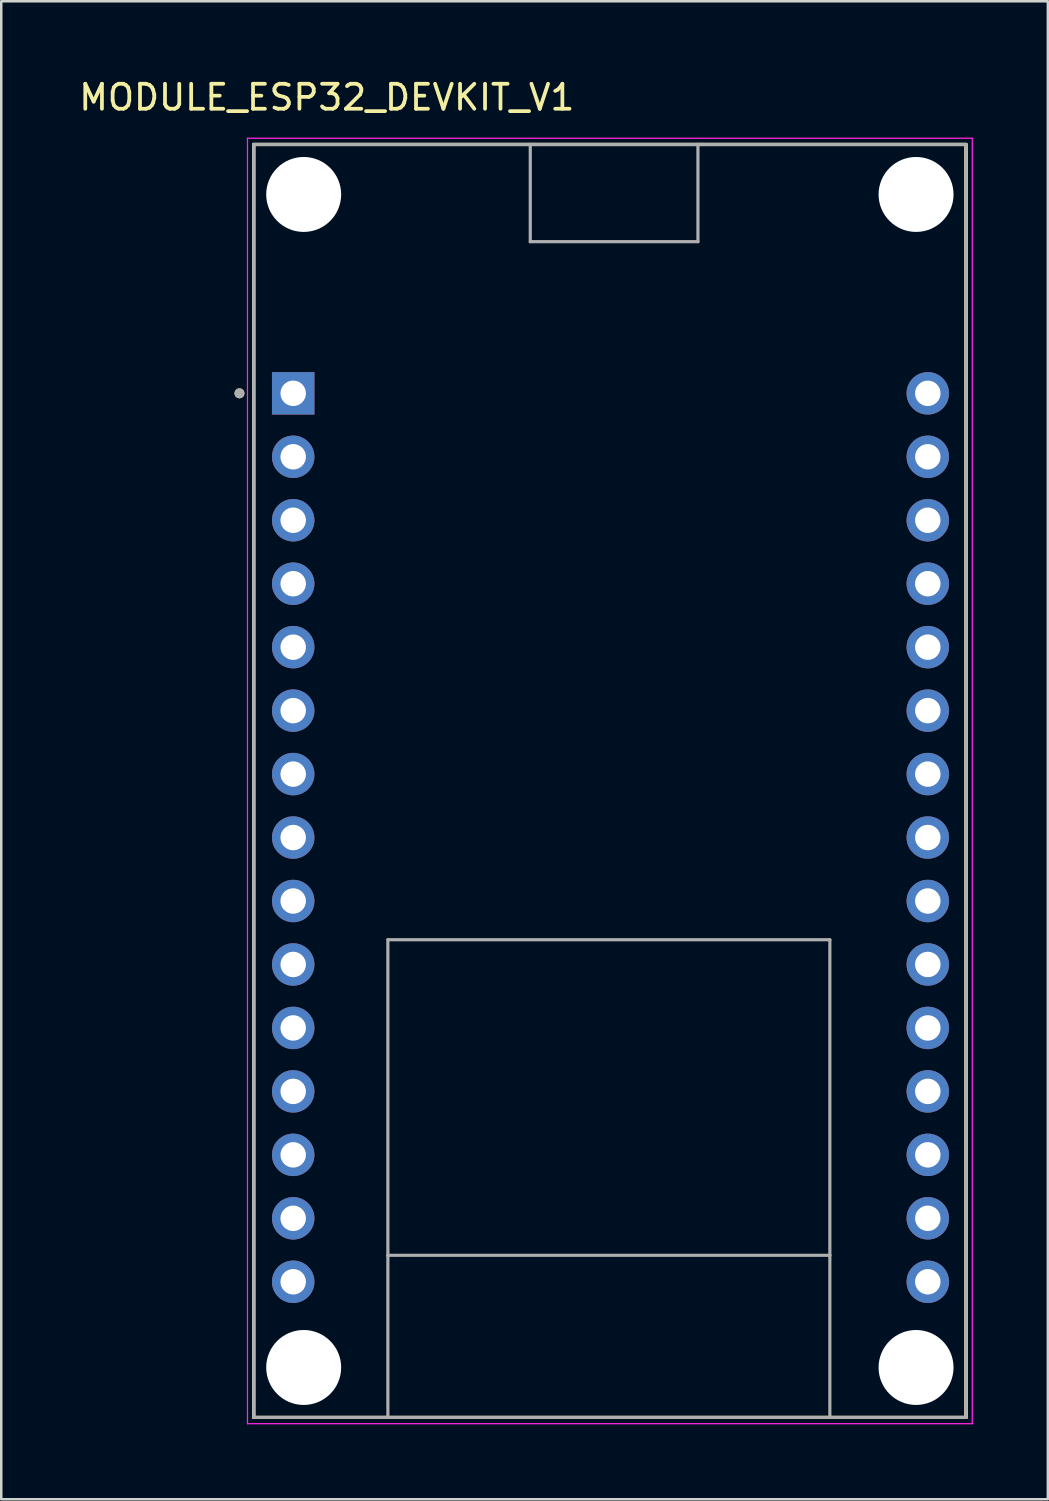
<source format=kicad_pcb>
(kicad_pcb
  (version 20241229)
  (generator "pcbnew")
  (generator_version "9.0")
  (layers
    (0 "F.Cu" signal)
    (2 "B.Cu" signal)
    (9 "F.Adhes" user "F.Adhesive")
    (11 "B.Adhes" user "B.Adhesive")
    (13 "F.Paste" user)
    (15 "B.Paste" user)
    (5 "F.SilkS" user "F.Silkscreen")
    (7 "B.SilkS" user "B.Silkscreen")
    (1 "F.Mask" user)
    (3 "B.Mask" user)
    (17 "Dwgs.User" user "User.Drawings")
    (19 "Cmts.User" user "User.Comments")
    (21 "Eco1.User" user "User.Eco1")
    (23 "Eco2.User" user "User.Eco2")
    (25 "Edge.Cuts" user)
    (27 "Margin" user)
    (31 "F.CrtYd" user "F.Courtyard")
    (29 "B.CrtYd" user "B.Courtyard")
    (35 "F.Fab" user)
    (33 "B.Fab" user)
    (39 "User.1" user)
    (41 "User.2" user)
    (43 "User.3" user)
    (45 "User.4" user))
  (footprint "MODULE_ESP32_DEVKIT_V1"
    (layer "F.Cu")
    (at 21.385 28.208)
    (property "Reference" "MODULE_ESP32_DEVKIT_V1" (at -11.355 -27.36 0) (layer "F.SilkS") (effects (font (size 1 1) (thickness 0.15))))
    (attr through_hole)
    (fp_line (start -14.28 -25.475) (end -3.211 -25.475) (stroke (width 0.127) (type solid)) (layer "F.SilkS"))
    (fp_line (start -14.28 -25.475) (end 14.23 -25.475) (stroke (width 0.127) (type solid)) (layer "F.SilkS"))
    (fp_line (start -14.28 25.475) (end -14.28 -25.475) (stroke (width 0.127) (type solid)) (layer "F.SilkS"))
    (fp_line (start -14.28 25.475) (end -14.28 -25.475) (stroke (width 0.127) (type solid)) (layer "F.SilkS"))
    (fp_line (start -14.28 25.475) (end -8.91 25.475) (stroke (width 0.127) (type solid)) (layer "F.SilkS"))
    (fp_line (start -8.91 25.475) (end 8.78 25.475) (stroke (width 0.127) (type solid)) (layer "F.SilkS"))
    (fp_line (start -3.211 -25.475) (end 3.5 -25.475) (stroke (width 0.127) (type solid)) (layer "F.SilkS"))
    (fp_line (start 3.5 -25.475) (end 14.23 -25.475) (stroke (width 0.127) (type solid)) (layer "F.SilkS"))
    (fp_line (start 8.78 25.475) (end 14.23 25.475) (stroke (width 0.127) (type solid)) (layer "F.SilkS"))
    (fp_line (start 14.23 -25.475) (end 14.23 25.475) (stroke (width 0.127) (type solid)) (layer "F.SilkS"))
    (fp_line (start 14.23 -25.475) (end 14.23 25.475) (stroke (width 0.127) (type solid)) (layer "F.SilkS"))
    (fp_line (start 14.23 25.475) (end -14.28 25.475) (stroke (width 0.127) (type solid)) (layer "F.SilkS"))
    (fp_circle (center -14.85 -15.515) (end -14.75 -15.515) (stroke (width 0.2) (type solid)) (fill no) (layer "F.SilkS"))
    (fp_line (start -14.53 -25.725) (end -14.53 25.725) (stroke (width 0.05) (type solid)) (layer "F.CrtYd"))
    (fp_line (start -14.53 25.725) (end 14.48 25.725) (stroke (width 0.05) (type solid)) (layer "F.CrtYd"))
    (fp_line (start 14.48 -25.725) (end -14.53 -25.725) (stroke (width 0.05) (type solid)) (layer "F.CrtYd"))
    (fp_line (start 14.48 25.725) (end 14.48 -25.725) (stroke (width 0.05) (type solid)) (layer "F.CrtYd"))
    (fp_line (start -14.28 -25.475) (end -3.211 -25.475) (stroke (width 0.127) (type solid)) (layer "F.Fab"))
    (fp_line (start -14.28 25.475) (end -14.28 -25.475) (stroke (width 0.127) (type solid)) (layer "F.Fab"))
    (fp_line (start -14.28 25.475) (end -8.91 25.475) (stroke (width 0.127) (type solid)) (layer "F.Fab"))
    (fp_line (start -8.91 6.355) (end 8.78 6.355) (stroke (width 0.127) (type solid)) (layer "F.Fab"))
    (fp_line (start -8.91 18.985) (end -8.91 6.355) (stroke (width 0.127) (type solid)) (layer "F.Fab"))
    (fp_line (start -8.91 18.985) (end 8.78 18.985) (stroke (width 0.127) (type solid)) (layer "F.Fab"))
    (fp_line (start -8.91 25.475) (end -8.91 18.985) (stroke (width 0.127) (type solid)) (layer "F.Fab"))
    (fp_line (start -8.91 25.475) (end 8.78 25.475) (stroke (width 0.127) (type solid)) (layer "F.Fab"))
    (fp_line (start -3.211 -25.475) (end 3.5 -25.475) (stroke (width 0.127) (type solid)) (layer "F.Fab"))
    (fp_line (start -3.211 -21.585) (end -3.211 -25.475) (stroke (width 0.127) (type solid)) (layer "F.Fab"))
    (fp_line (start 3.5 -25.475) (end 3.5 -21.585) (stroke (width 0.127) (type solid)) (layer "F.Fab"))
    (fp_line (start 3.5 -25.475) (end 14.23 -25.475) (stroke (width 0.127) (type solid)) (layer "F.Fab"))
    (fp_line (start 3.5 -21.585) (end -3.211 -21.585) (stroke (width 0.127) (type solid)) (layer "F.Fab"))
    (fp_line (start 8.78 6.355) (end 8.78 18.985) (stroke (width 0.127) (type solid)) (layer "F.Fab"))
    (fp_line (start 8.78 18.985) (end 8.78 25.475) (stroke (width 0.127) (type solid)) (layer "F.Fab"))
    (fp_line (start 8.78 25.475) (end 14.23 25.475) (stroke (width 0.127) (type solid)) (layer "F.Fab"))
    (fp_line (start 14.23 -25.475) (end 14.23 25.475) (stroke (width 0.127) (type solid)) (layer "F.Fab"))
    (fp_circle (center -14.85 -15.515) (end -14.75 -15.515) (stroke (width 0.2) (type solid)) (fill no) (layer "F.Fab"))
    (pad "" np_thru_hole circle (at -12.28 -23.475) (size 3 3) (drill 3) (layers "*.Cu" "*.Mask"))
    (pad "" np_thru_hole circle (at -12.28 23.475) (size 3 3) (drill 3) (layers "*.Cu" "*.Mask"))
    (pad "" np_thru_hole circle (at 12.23 -23.475) (size 3 3) (drill 3) (layers "*.Cu" "*.Mask"))
    (pad "" np_thru_hole circle (at 12.23 23.475) (size 3 3) (drill 3) (layers "*.Cu" "*.Mask"))
    (pad "1" thru_hole rect (at -12.7 -15.515) (size 1.7 1.7) (drill 1.02) (layers "*.Cu" "*.Mask"))
    (pad "2" thru_hole circle (at -12.7 -12.975) (size 1.7 1.7) (drill 1.02) (layers "*.Cu" "*.Mask"))
    (pad "3" thru_hole circle (at -12.7 -10.435) (size 1.7 1.7) (drill 1.02) (layers "*.Cu" "*.Mask"))
    (pad "4" thru_hole circle (at -12.7 -7.895) (size 1.7 1.7) (drill 1.02) (layers "*.Cu" "*.Mask"))
    (pad "5" thru_hole circle (at -12.7 -5.355) (size 1.7 1.7) (drill 1.02) (layers "*.Cu" "*.Mask"))
    (pad "6" thru_hole circle (at -12.7 -2.815) (size 1.7 1.7) (drill 1.02) (layers "*.Cu" "*.Mask"))
    (pad "7" thru_hole circle (at -12.7 -0.275) (size 1.7 1.7) (drill 1.02) (layers "*.Cu" "*.Mask"))
    (pad "8" thru_hole circle (at -12.7 2.265) (size 1.7 1.7) (drill 1.02) (layers "*.Cu" "*.Mask"))
    (pad "9" thru_hole circle (at -12.7 4.805) (size 1.7 1.7) (drill 1.02) (layers "*.Cu" "*.Mask"))
    (pad "10" thru_hole circle (at -12.7 7.345) (size 1.7 1.7) (drill 1.02) (layers "*.Cu" "*.Mask"))
    (pad "11" thru_hole circle (at -12.7 9.885) (size 1.7 1.7) (drill 1.02) (layers "*.Cu" "*.Mask"))
    (pad "12" thru_hole circle (at -12.7 12.425) (size 1.7 1.7) (drill 1.02) (layers "*.Cu" "*.Mask"))
    (pad "13" thru_hole circle (at -12.7 14.965) (size 1.7 1.7) (drill 1.02) (layers "*.Cu" "*.Mask"))
    (pad "14" thru_hole circle (at -12.7 17.505) (size 1.7 1.7) (drill 1.02) (layers "*.Cu" "*.Mask"))
    (pad "15" thru_hole circle (at -12.7 20.045) (size 1.7 1.7) (drill 1.02) (layers "*.Cu" "*.Mask"))
    (pad "16" thru_hole circle (at 12.7 20.045) (size 1.7 1.7) (drill 1.02) (layers "*.Cu" "*.Mask"))
    (pad "17" thru_hole circle (at 12.7 17.505) (size 1.7 1.7) (drill 1.02) (layers "*.Cu" "*.Mask"))
    (pad "18" thru_hole circle (at 12.7 14.965) (size 1.7 1.7) (drill 1.02) (layers "*.Cu" "*.Mask"))
    (pad "19" thru_hole circle (at 12.7 12.425) (size 1.7 1.7) (drill 1.02) (layers "*.Cu" "*.Mask"))
    (pad "20" thru_hole circle (at 12.7 9.885) (size 1.7 1.7) (drill 1.02) (layers "*.Cu" "*.Mask"))
    (pad "21" thru_hole circle (at 12.7 7.345) (size 1.7 1.7) (drill 1.02) (layers "*.Cu" "*.Mask"))
    (pad "22" thru_hole circle (at 12.7 4.805) (size 1.7 1.7) (drill 1.02) (layers "*.Cu" "*.Mask"))
    (pad "23" thru_hole circle (at 12.7 2.265) (size 1.7 1.7) (drill 1.02) (layers "*.Cu" "*.Mask"))
    (pad "24" thru_hole circle (at 12.7 -0.275) (size 1.7 1.7) (drill 1.02) (layers "*.Cu" "*.Mask"))
    (pad "25" thru_hole circle (at 12.7 -2.815) (size 1.7 1.7) (drill 1.02) (layers "*.Cu" "*.Mask"))
    (pad "26" thru_hole circle (at 12.7 -5.355) (size 1.7 1.7) (drill 1.02) (layers "*.Cu" "*.Mask"))
    (pad "27" thru_hole circle (at 12.7 -7.895) (size 1.7 1.7) (drill 1.02) (layers "*.Cu" "*.Mask"))
    (pad "28" thru_hole circle (at 12.7 -10.435) (size 1.7 1.7) (drill 1.02) (layers "*.Cu" "*.Mask"))
    (pad "29" thru_hole circle (at 12.7 -12.975) (size 1.7 1.7) (drill 1.02) (layers "*.Cu" "*.Mask"))
    (pad "30" thru_hole circle (at 12.7 -15.515) (size 1.7 1.7) (drill 1.02) (layers "*.Cu" "*.Mask"))
    (zone (net_name "") (layer "F.Cu") (hatch full 0.508) (connect_pads) (min_thickness 0.01) (filled_areas_thickness no) (keepout (tracks not_allowed) (vias not_allowed) (pads not_allowed) (copperpour not_allowed) (footprints allowed)) (placement (enabled no)) (fill) (polygon (pts (xy 12.475 47.193) (xy 30.165 47.193) (xy 30.165 53.683) (xy 12.475 53.683))))
    (zone (net_name "") (layers "F.Cu" "B.Cu") (hatch full 0.508) (connect_pads) (min_thickness 0.01) (filled_areas_thickness no) (keepout (tracks allowed) (vias not_allowed) (pads allowed) (copperpour allowed) (footprints allowed)) (placement (enabled no)) (fill) (polygon (pts (xy 12.475 47.193) (xy 30.165 47.193) (xy 30.165 53.683) (xy 12.475 53.683))))
    (zone (net_name "") (layer "B.Cu") (hatch full 0.508) (connect_pads) (min_thickness 0.01) (filled_areas_thickness no) (keepout (tracks not_allowed) (vias not_allowed) (pads not_allowed) (copperpour not_allowed) (footprints allowed)) (placement (enabled no)) (fill) (polygon (pts (xy 12.475 47.193) (xy 30.165 47.193) (xy 30.165 53.683) (xy 12.475 53.683)))))
  (gr_rect
    (start -3 -3)
    (end 38.89 56.958)
    (stroke (width 0.1) (type default))
    (fill no)
    (layer "Edge.Cuts")))
</source>
